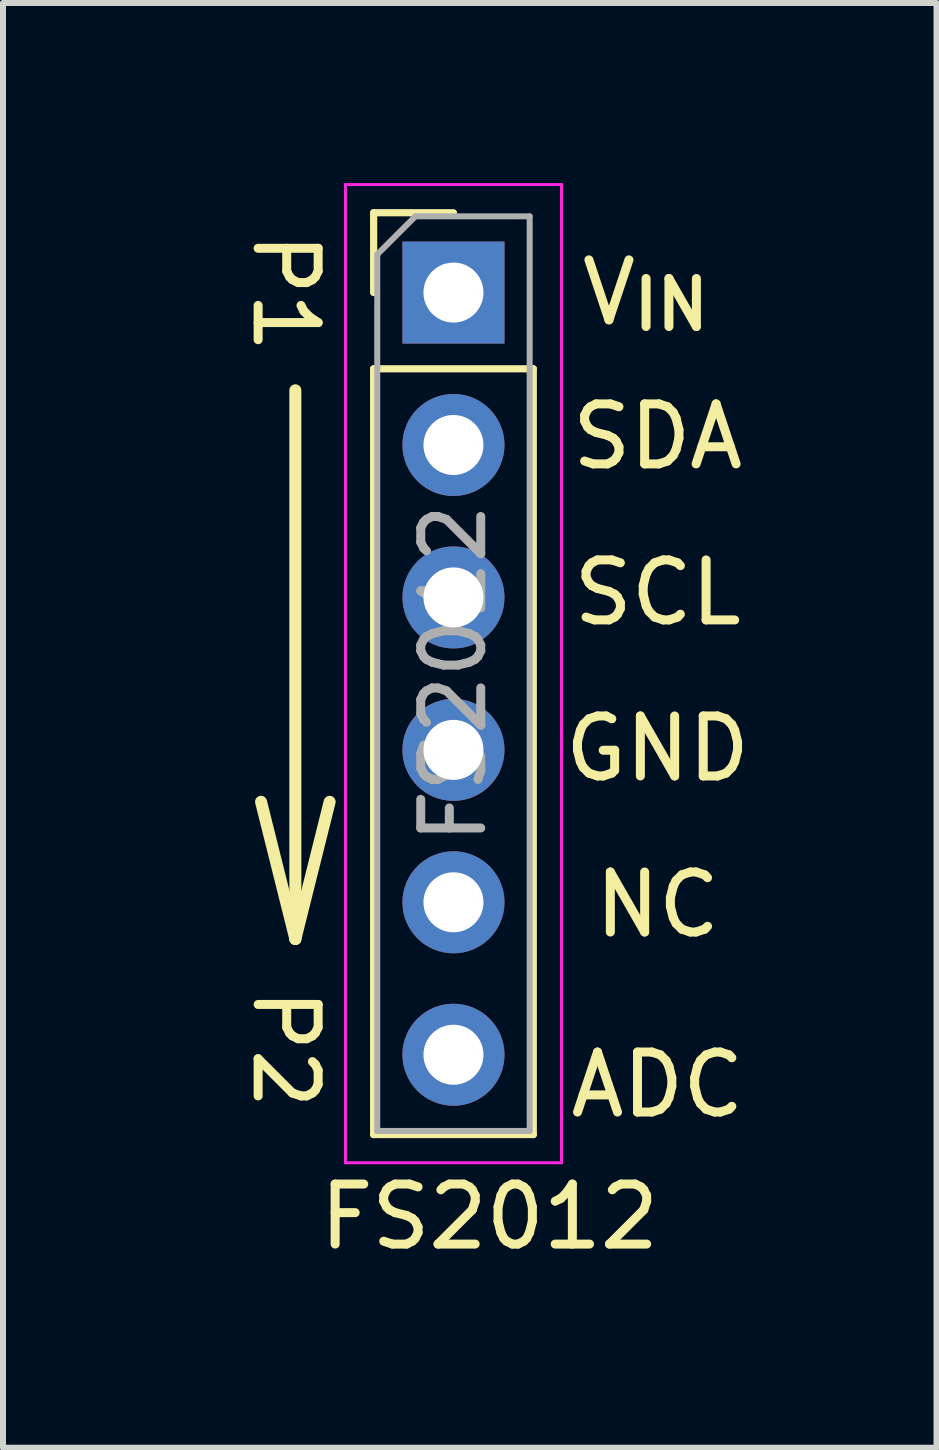
<source format=kicad_pcb>
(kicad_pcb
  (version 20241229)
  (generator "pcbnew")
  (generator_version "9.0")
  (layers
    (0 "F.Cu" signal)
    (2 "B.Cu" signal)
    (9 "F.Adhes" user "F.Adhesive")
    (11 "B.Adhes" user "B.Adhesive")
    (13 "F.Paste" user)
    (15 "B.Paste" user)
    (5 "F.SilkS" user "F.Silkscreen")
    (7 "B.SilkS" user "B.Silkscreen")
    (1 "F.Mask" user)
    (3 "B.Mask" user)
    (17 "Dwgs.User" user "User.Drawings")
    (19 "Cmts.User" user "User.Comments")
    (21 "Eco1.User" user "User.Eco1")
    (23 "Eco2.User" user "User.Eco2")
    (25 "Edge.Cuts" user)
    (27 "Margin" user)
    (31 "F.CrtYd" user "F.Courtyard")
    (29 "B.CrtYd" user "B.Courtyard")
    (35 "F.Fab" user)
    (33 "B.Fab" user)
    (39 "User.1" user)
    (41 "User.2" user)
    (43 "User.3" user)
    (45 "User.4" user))
  (footprint "FS2012"
    (layer "F.Cu")
    (at 4.506 1.825)
    (property "Reference" "FS2012" (at 0.6 15.4 0) (layer "F.SilkS") (effects (font (size 1 1) (thickness 0.15))))
    (attr through_hole)
    (fp_line (start -1.33 -1.33) (end 0 -1.33) (stroke (width 0.12) (type solid)) (layer "F.SilkS"))
    (fp_line (start -1.33 0) (end -1.33 -1.33) (stroke (width 0.12) (type solid)) (layer "F.SilkS"))
    (fp_line (start -1.33 1.27) (end -1.33 14.03) (stroke (width 0.12) (type solid)) (layer "F.SilkS"))
    (fp_line (start -1.33 1.27) (end 1.33 1.27) (stroke (width 0.12) (type solid)) (layer "F.SilkS"))
    (fp_line (start -1.33 14.03) (end 1.33 14.03) (stroke (width 0.12) (type solid)) (layer "F.SilkS"))
    (fp_line (start 1.33 1.27) (end 1.33 14.03) (stroke (width 0.12) (type solid)) (layer "F.SilkS"))
    (fp_line (start -1.8 -1.8) (end -1.8 14.5) (stroke (width 0.05) (type solid)) (layer "F.CrtYd"))
    (fp_line (start -1.8 14.5) (end 1.8 14.5) (stroke (width 0.05) (type solid)) (layer "F.CrtYd"))
    (fp_line (start 1.8 -1.8) (end -1.8 -1.8) (stroke (width 0.05) (type solid)) (layer "F.CrtYd"))
    (fp_line (start 1.8 14.5) (end 1.8 -1.8) (stroke (width 0.05) (type solid)) (layer "F.CrtYd"))
    (fp_line (start -1.27 -0.635) (end -0.635 -1.27) (stroke (width 0.1) (type solid)) (layer "F.Fab"))
    (fp_line (start -1.27 13.97) (end -1.27 -0.635) (stroke (width 0.1) (type solid)) (layer "F.Fab"))
    (fp_line (start -0.635 -1.27) (end 1.27 -1.27) (stroke (width 0.1) (type solid)) (layer "F.Fab"))
    (fp_line (start 1.27 -1.27) (end 1.27 13.97) (stroke (width 0.1) (type solid)) (layer "F.Fab"))
    (fp_line (start 1.27 13.97) (end -1.27 13.97) (stroke (width 0.1) (type solid)) (layer "F.Fab"))
    (fp_text user "NC" (at 3.4 10.2 0) (unlocked yes) (layer "F.SilkS") (effects (font (size 1 1) (thickness 0.15))))
    (fp_text user "→" (at -2.4 6.2 270) (unlocked yes) (layer "F.SilkS") (effects (font (size 3 12) (thickness 0.2))))
    (fp_text user "GND" (at 3.4 7.6 0) (unlocked yes) (layer "F.SilkS") (effects (font (size 1 1) (thickness 0.15))))
    (fp_text user "ADC" (at 3.4 13.2 0) (unlocked yes) (layer "F.SilkS") (effects (font (size 1 1) (thickness 0.15))))
    (fp_text user "V_{IN}" (at 3.2 0 0) (unlocked yes) (layer "F.SilkS") (effects (font (size 1 1) (thickness 0.15))))
    (fp_text user "SDA" (at 3.4 2.4 0) (unlocked yes) (layer "F.SilkS") (effects (font (size 1 1) (thickness 0.15))))
    (fp_text user "SCL" (at 3.4 5 0) (unlocked yes) (layer "F.SilkS") (effects (font (size 1 1) (thickness 0.15))))
    (fp_text user "P1" (at -2.8 0 270) (unlocked yes) (layer "F.SilkS") (effects (font (size 1 1) (thickness 0.15))))
    (fp_text user "P2" (at -2.8 12.6 270) (unlocked yes) (layer "F.SilkS") (effects (font (size 1 1) (thickness 0.15))))
    (fp_text user "${REFERENCE}" (at 0 6.35 90) (layer "F.Fab") (effects (font (size 1 1) (thickness 0.15))))
    (pad "1" thru_hole rect (at 0 0) (size 1.7 1.7) (drill 1) (layers "*.Cu" "*.Mask"))
    (pad "2" thru_hole oval (at 0 2.54) (size 1.7 1.7) (drill 1) (layers "*.Cu" "*.Mask"))
    (pad "3" thru_hole oval (at 0 5.08) (size 1.7 1.7) (drill 1) (layers "*.Cu" "*.Mask"))
    (pad "4" thru_hole oval (at 0 7.62) (size 1.7 1.7) (drill 1) (layers "*.Cu" "*.Mask"))
    (pad "5" thru_hole oval (at 0 10.16) (size 1.7 1.7) (drill 1) (layers "*.Cu" "*.Mask"))
    (pad "6" thru_hole oval (at 0 12.7) (size 1.7 1.7) (drill 1) (layers "*.Cu" "*.Mask")))
  (gr_rect
    (start -3 -3)
    (end 12.555 21.073)
    (stroke (width 0.1) (type default))
    (fill no)
    (layer "Edge.Cuts")))
</source>
